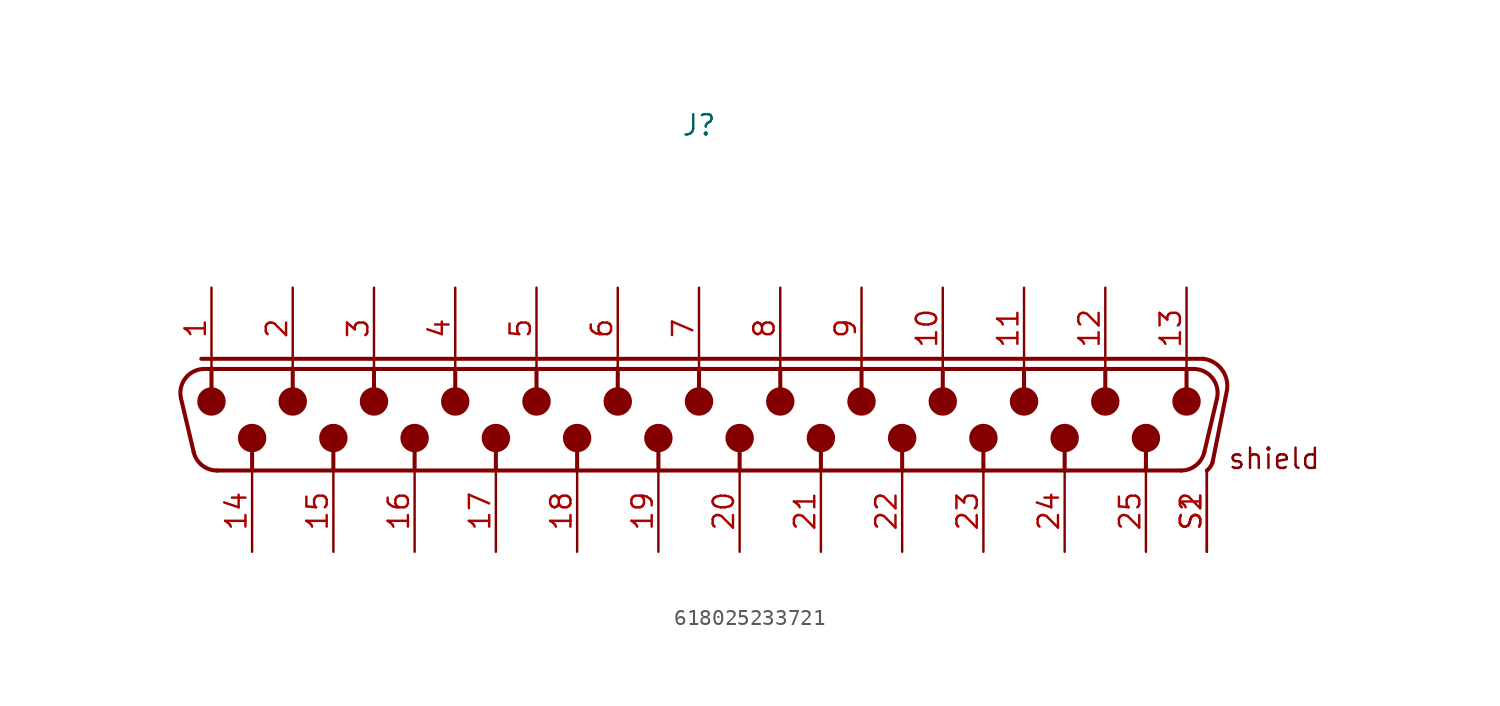
<source format=kicad_sym>
(kicad_symbol_lib
  (version 20241209)
  (generator "kicad_symbol_editor")
  (generator_version "9.0")
  (symbol "618025233721"
    (pin_names
      (hide yes))
    (property "Reference" "J"
      (at 0 17.78 0)
      (effects (font (size 1.27 1.27))))
    (symbol "618025233721_1_0"
      (polyline (pts (xy -31.593 -2.655) (xy -32.384 0.695)) (stroke (width 0.254) (type solid)) (fill (type none)))
      (polyline (pts (xy -31.115 3.175) (xy 31.52 3.175)) (stroke (width 0.254) (type solid)) (fill (type none)))
      (polyline (pts (xy -30.924 2.54) (xy 30.924 2.54)) (stroke (width 0.254) (type solid)) (fill (type none)))
      (arc (start -32.3842 0.695) (mid -32.1007 1.9707) (end -30.9243 2.54) (stroke (width 0.254) (type solid)) (fill (type none)))
      (polyline (pts (xy -30.48 2.58) (xy -30.48 0.4)) (stroke (width 0.254) (type solid)) (fill (type none)))
      (circle (center -30.48 0.508) (radius 0.762) (stroke (width 0.254) (type solid)) (fill (type outline)))
      (arc (start -30.133 -3.81) (mid -31.0638 -3.4862) (end -31.5928 -2.6547) (stroke (width 0.254) (type solid)) (fill (type none)))
      (circle (center -27.94 -1.778) (radius 0.762) (stroke (width 0.254) (type solid)) (fill (type outline)))
      (polyline (pts (xy -27.94 -3.81) (xy -27.94 -1.63)) (stroke (width 0.254) (type solid)) (fill (type none)))
      (polyline (pts (xy -25.4 2.58) (xy -25.4 0.4)) (stroke (width 0.254) (type solid)) (fill (type none)))
      (circle (center -25.4 0.508) (radius 0.762) (stroke (width 0.254) (type solid)) (fill (type outline)))
      (circle (center -22.86 -1.778) (radius 0.762) (stroke (width 0.254) (type solid)) (fill (type outline)))
      (polyline (pts (xy -22.86 -3.81) (xy -22.86 -1.63)) (stroke (width 0.254) (type solid)) (fill (type none)))
      (polyline (pts (xy -20.32 2.58) (xy -20.32 0.4)) (stroke (width 0.254) (type solid)) (fill (type none)))
      (circle (center -20.32 0.508) (radius 0.762) (stroke (width 0.254) (type solid)) (fill (type outline)))
      (circle (center -17.78 -1.778) (radius 0.762) (stroke (width 0.254) (type solid)) (fill (type outline)))
      (polyline (pts (xy -17.78 -3.81) (xy -17.78 -1.63)) (stroke (width 0.254) (type solid)) (fill (type none)))
      (polyline (pts (xy -15.24 2.58) (xy -15.24 0.4)) (stroke (width 0.254) (type solid)) (fill (type none)))
      (circle (center -15.24 0.508) (radius 0.762) (stroke (width 0.254) (type solid)) (fill (type outline)))
      (circle (center -12.7 -1.778) (radius 0.762) (stroke (width 0.254) (type solid)) (fill (type outline)))
      (polyline (pts (xy -12.7 -3.81) (xy -12.7 -1.63)) (stroke (width 0.254) (type solid)) (fill (type none)))
      (polyline (pts (xy -10.16 2.58) (xy -10.16 0.4)) (stroke (width 0.254) (type solid)) (fill (type none)))
      (circle (center -10.16 0.508) (radius 0.762) (stroke (width 0.254) (type solid)) (fill (type outline)))
      (circle (center -7.62 -1.778) (radius 0.762) (stroke (width 0.254) (type solid)) (fill (type outline)))
      (polyline (pts (xy -7.62 -3.81) (xy -7.62 -1.63)) (stroke (width 0.254) (type solid)) (fill (type none)))
      (polyline (pts (xy -5.08 2.58) (xy -5.08 0.4)) (stroke (width 0.254) (type solid)) (fill (type none)))
      (circle (center -5.08 0.508) (radius 0.762) (stroke (width 0.254) (type solid)) (fill (type outline)))
      (circle (center -2.54 -1.778) (radius 0.762) (stroke (width 0.254) (type solid)) (fill (type outline)))
      (polyline (pts (xy -2.54 -3.81) (xy -2.54 -1.63)) (stroke (width 0.254) (type solid)) (fill (type none)))
      (polyline (pts (xy 0 2.58) (xy 0 0.4)) (stroke (width 0.254) (type solid)) (fill (type none)))
      (circle (center 0 0.508) (radius 0.762) (stroke (width 0.254) (type solid)) (fill (type outline)))
      (circle (center 2.54 -1.778) (radius 0.762) (stroke (width 0.254) (type solid)) (fill (type outline)))
      (polyline (pts (xy 2.54 -3.81) (xy 2.54 -1.63)) (stroke (width 0.254) (type solid)) (fill (type none)))
      (polyline (pts (xy 5.08 2.58) (xy 5.08 0.4)) (stroke (width 0.254) (type solid)) (fill (type none)))
      (circle (center 5.08 0.508) (radius 0.762) (stroke (width 0.254) (type solid)) (fill (type outline)))
      (circle (center 7.62 -1.778) (radius 0.762) (stroke (width 0.254) (type solid)) (fill (type outline)))
      (polyline (pts (xy 7.62 -3.81) (xy 7.62 -1.63)) (stroke (width 0.254) (type solid)) (fill (type none)))
      (polyline (pts (xy 10.16 2.58) (xy 10.16 0.4)) (stroke (width 0.254) (type solid)) (fill (type none)))
      (circle (center 10.16 0.508) (radius 0.762) (stroke (width 0.254) (type solid)) (fill (type outline)))
      (circle (center 12.7 -1.778) (radius 0.762) (stroke (width 0.254) (type solid)) (fill (type outline)))
      (polyline (pts (xy 12.7 -3.81) (xy 12.7 -1.63)) (stroke (width 0.254) (type solid)) (fill (type none)))
      (polyline (pts (xy 15.24 2.58) (xy 15.24 0.4)) (stroke (width 0.254) (type solid)) (fill (type none)))
      (circle (center 15.24 0.508) (radius 0.762) (stroke (width 0.254) (type solid)) (fill (type outline)))
      (circle (center 17.78 -1.778) (radius 0.762) (stroke (width 0.254) (type solid)) (fill (type outline)))
      (polyline (pts (xy 17.78 -3.81) (xy 17.78 -1.63)) (stroke (width 0.254) (type solid)) (fill (type none)))
      (polyline (pts (xy 20.32 2.58) (xy 20.32 0.4)) (stroke (width 0.254) (type solid)) (fill (type none)))
      (circle (center 20.32 0.508) (radius 0.762) (stroke (width 0.254) (type solid)) (fill (type outline)))
      (circle (center 22.86 -1.778) (radius 0.762) (stroke (width 0.254) (type solid)) (fill (type outline)))
      (polyline (pts (xy 22.86 -3.81) (xy 22.86 -1.63)) (stroke (width 0.254) (type solid)) (fill (type none)))
      (polyline (pts (xy 25.4 2.58) (xy 25.4 0.4)) (stroke (width 0.254) (type solid)) (fill (type none)))
      (circle (center 25.4 0.508) (radius 0.762) (stroke (width 0.254) (type solid)) (fill (type outline)))
      (circle (center 27.94 -1.778) (radius 0.762) (stroke (width 0.254) (type solid)) (fill (type outline)))
      (polyline (pts (xy 27.94 -3.81) (xy 27.94 -1.63)) (stroke (width 0.254) (type solid)) (fill (type none)))
      (arc (start 31.5928 -2.6548) (mid 31.0637 -3.4863) (end 30.1329 -3.81) (stroke (width 0.254) (type solid)) (fill (type none)))
      (polyline (pts (xy 30.133 -3.81) (xy -30.133 -3.81)) (stroke (width 0.254) (type solid)) (fill (type none)))
      (polyline (pts (xy 30.48 2.58) (xy 30.48 0.4)) (stroke (width 0.254) (type solid)) (fill (type none)))
      (circle (center 30.48 0.508) (radius 0.762) (stroke (width 0.254) (type solid)) (fill (type outline)))
      (arc (start 30.9243 2.54) (mid 32.1007 1.9707) (end 32.3842 0.695) (stroke (width 0.254) (type solid)) (fill (type none)))
      (arc (start 32.1039 -3.3037) (mid 31.9648 -3.5833) (end 31.75 -3.81) (stroke (width 0.254) (type solid)) (fill (type none)))
      (arc (start 31.52 3.175) (mid 32.6664 2.5346) (end 33.02 1.27) (stroke (width 0.254) (type solid)) (fill (type none)))
      (polyline (pts (xy 32.104 -3.304) (xy 33.02 1.27)) (stroke (width 0.254) (type solid)) (fill (type none)))
      (polyline (pts (xy 32.384 0.695) (xy 31.593 -2.655)) (stroke (width 0.254) (type solid)) (fill (type none)))
      (pin passive line (at -30.48 7.62 270) (length 5.08) (name "1" (effects (font (size 1.27 1.27)))) (number "1" (effects (font (size 1.27 1.27)))))
      (pin passive line (at -27.94 -8.89 90) (length 5.08) (name "14" (effects (font (size 1.27 1.27)))) (number "14" (effects (font (size 1.27 1.27)))))
      (pin passive line (at -25.4 7.62 270) (length 5.08) (name "2" (effects (font (size 1.27 1.27)))) (number "2" (effects (font (size 1.27 1.27)))))
      (pin passive line (at -22.86 -8.89 90) (length 5.08) (name "15" (effects (font (size 1.27 1.27)))) (number "15" (effects (font (size 1.27 1.27)))))
      (pin passive line (at -20.32 7.62 270) (length 5.08) (name "3" (effects (font (size 1.27 1.27)))) (number "3" (effects (font (size 1.27 1.27)))))
      (pin passive line (at -17.78 -8.89 90) (length 5.08) (name "16" (effects (font (size 1.27 1.27)))) (number "16" (effects (font (size 1.27 1.27)))))
      (pin passive line (at -15.24 7.62 270) (length 5.08) (name "4" (effects (font (size 1.27 1.27)))) (number "4" (effects (font (size 1.27 1.27)))))
      (pin passive line (at -12.7 -8.89 90) (length 5.08) (name "17" (effects (font (size 1.27 1.27)))) (number "17" (effects (font (size 1.27 1.27)))))
      (pin passive line (at -10.16 7.62 270) (length 5.08) (name "5" (effects (font (size 1.27 1.27)))) (number "5" (effects (font (size 1.27 1.27)))))
      (pin passive line (at -7.62 -8.89 90) (length 5.08) (name "18" (effects (font (size 1.27 1.27)))) (number "18" (effects (font (size 1.27 1.27)))))
      (pin passive line (at -5.08 7.62 270) (length 5.08) (name "6" (effects (font (size 1.27 1.27)))) (number "6" (effects (font (size 1.27 1.27)))))
      (pin passive line (at -2.54 -8.89 90) (length 5.08) (name "19" (effects (font (size 1.27 1.27)))) (number "19" (effects (font (size 1.27 1.27)))))
      (pin passive line (at 0 7.62 270) (length 5.08) (name "7" (effects (font (size 1.27 1.27)))) (number "7" (effects (font (size 1.27 1.27)))))
      (pin passive line (at 2.54 -8.89 90) (length 5.08) (name "20" (effects (font (size 1.27 1.27)))) (number "20" (effects (font (size 1.27 1.27)))))
      (pin passive line (at 5.08 7.62 270) (length 5.08) (name "8" (effects (font (size 1.27 1.27)))) (number "8" (effects (font (size 1.27 1.27)))))
      (pin passive line (at 7.62 -8.89 90) (length 5.08) (name "21" (effects (font (size 1.27 1.27)))) (number "21" (effects (font (size 1.27 1.27)))))
      (pin passive line (at 10.16 7.62 270) (length 5.08) (name "9" (effects (font (size 1.27 1.27)))) (number "9" (effects (font (size 1.27 1.27)))))
      (pin passive line (at 12.7 -8.89 90) (length 5.08) (name "22" (effects (font (size 1.27 1.27)))) (number "22" (effects (font (size 1.27 1.27)))))
      (pin passive line (at 15.24 7.62 270) (length 5.08) (name "10" (effects (font (size 1.27 1.27)))) (number "10" (effects (font (size 1.27 1.27)))))
      (pin passive line (at 17.78 -8.89 90) (length 5.08) (name "23" (effects (font (size 1.27 1.27)))) (number "23" (effects (font (size 1.27 1.27)))))
      (pin passive line (at 20.32 7.62 270) (length 5.08) (name "11" (effects (font (size 1.27 1.27)))) (number "11" (effects (font (size 1.27 1.27)))))
      (pin passive line (at 22.86 -8.89 90) (length 5.08) (name "24" (effects (font (size 1.27 1.27)))) (number "24" (effects (font (size 1.27 1.27)))))
      (pin passive line (at 25.4 7.62 270) (length 5.08) (name "12" (effects (font (size 1.27 1.27)))) (number "12" (effects (font (size 1.27 1.27)))))
      (pin passive line (at 27.94 -8.89 90) (length 5.08) (name "25" (effects (font (size 1.27 1.27)))) (number "25" (effects (font (size 1.27 1.27)))))
      (pin passive line (at 30.48 7.62 270) (length 5.08) (name "13" (effects (font (size 1.27 1.27)))) (number "13" (effects (font (size 1.27 1.27)))))
      (pin passive line (at 31.75 -8.89 90) (length 5.08) (name "SHIELD" (effects (font (size 1.27 1.27)))) (number "S1" (effects (font (size 1.27 1.27)))))
      (pin passive line (at 31.75 -8.89 90) (length 5.08) (name "SHIELD" (effects (font (size 1.27 1.27)))) (number "S2" (effects (font (size 1.27 1.27))))))
    (symbol "618025233721_1_1"
      (text "shield" (at 33.02 -3.81 0) (effects (font (size 1.27 1.27)) (justify left bottom))))))
</source>
